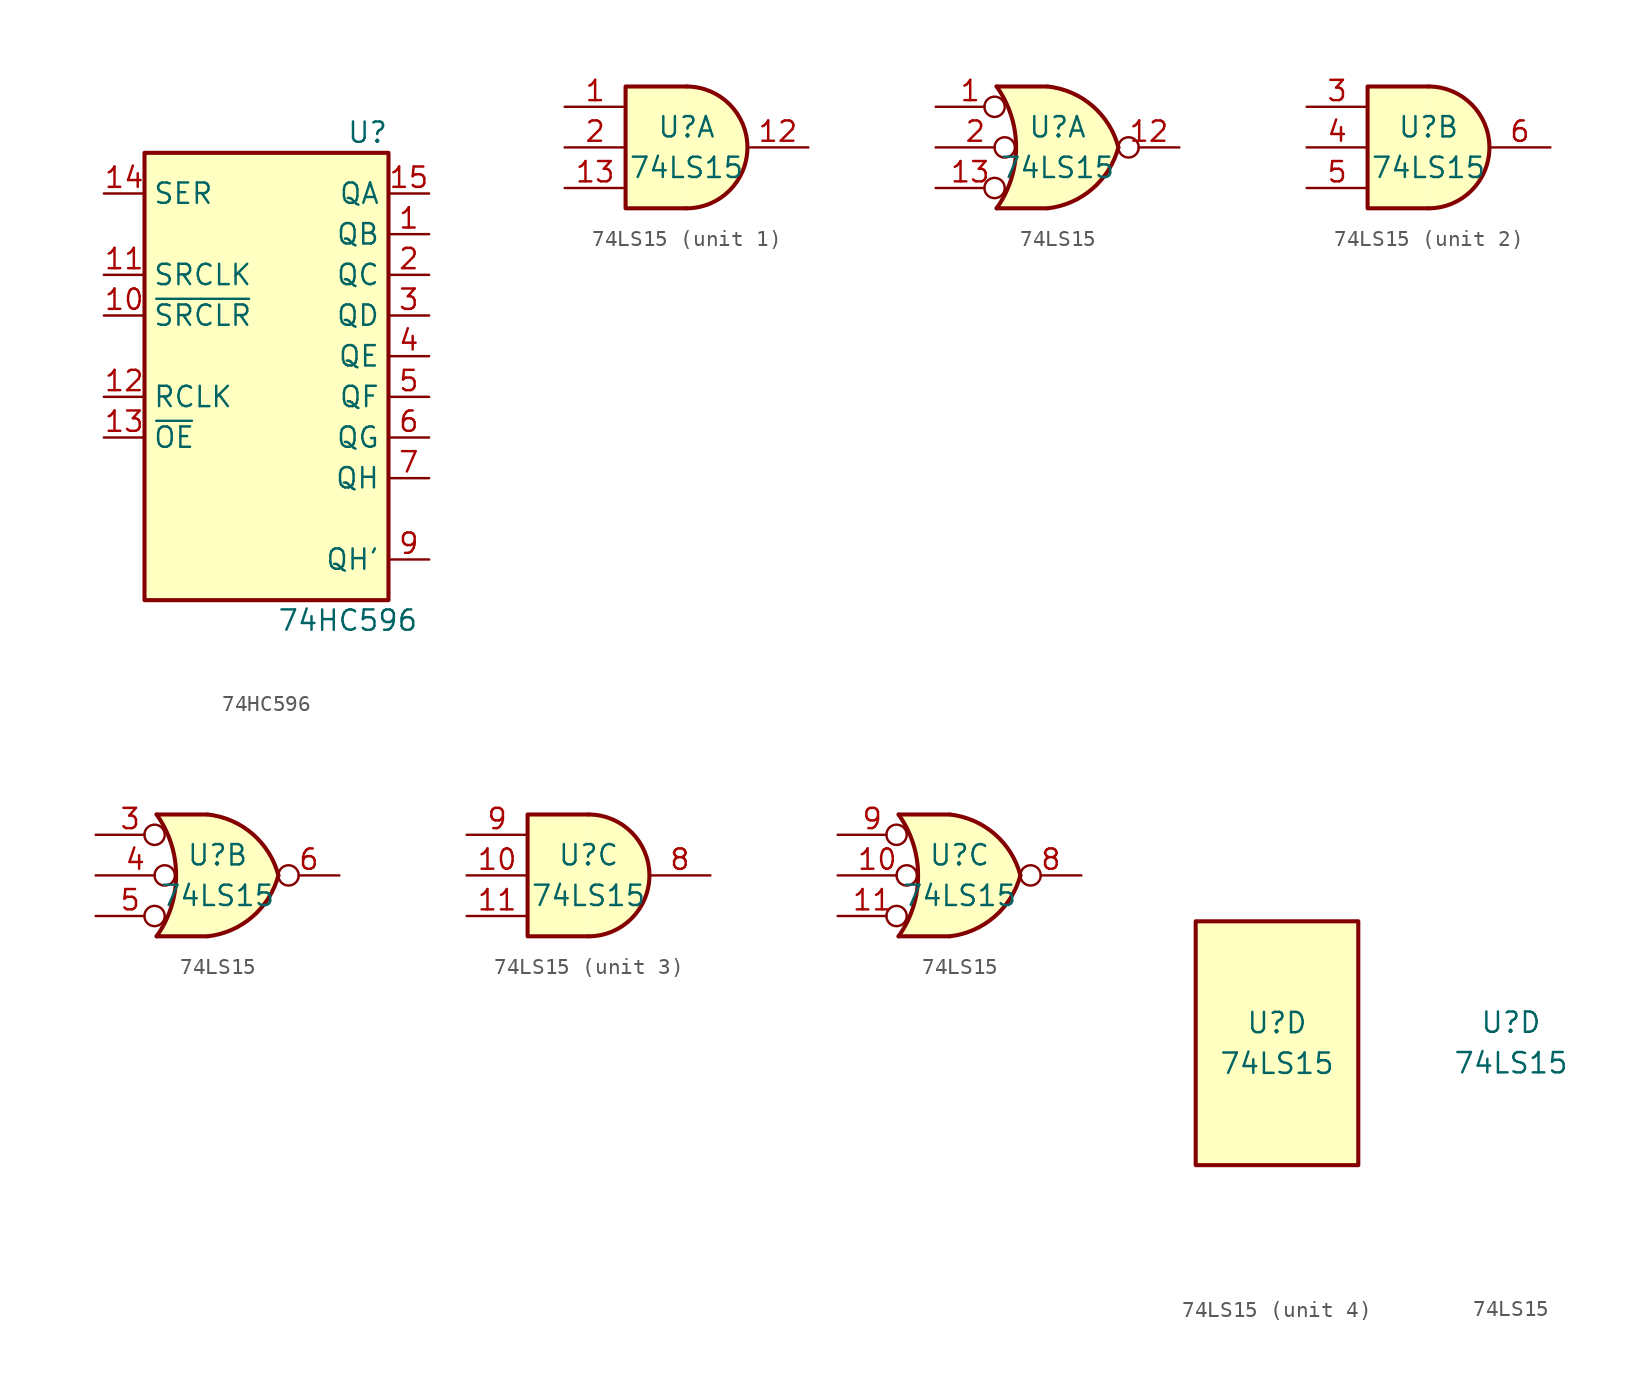
<source format=kicad_sym>
(kicad_symbol_lib
  (version 20231120)
  (generator "kicad_symbol_editor")
  (generator_version "8.0")
  (symbol "74HC596"
    (property "Reference" "U"
      (at 7.62 13.97 0)
      (effects (font (size 1.27 1.27)) (justify right)))
    (property "Value" "74HC596"
      (at 5.08 -16.51 0)
      (effects (font (size 1.27 1.27))))
    (symbol "74HC596_1_0"
      (pin open_collector line (at 10.16 7.62 180) (length 2.54) (name "QB" (effects (font (size 1.27 1.27)))) (number "1" (effects (font (size 1.27 1.27)))))
      (pin input line (at -10.16 2.54 0) (length 2.54) (name "~{SRCLR}" (effects (font (size 1.27 1.27)))) (number "10" (effects (font (size 1.27 1.27)))))
      (pin input line (at -10.16 5.08 0) (length 2.54) (name "SRCLK" (effects (font (size 1.27 1.27)))) (number "11" (effects (font (size 1.27 1.27)))))
      (pin input line (at -10.16 -2.54 0) (length 2.54) (name "RCLK" (effects (font (size 1.27 1.27)))) (number "12" (effects (font (size 1.27 1.27)))))
      (pin input line (at -10.16 -5.08 0) (length 2.54) (name "~{OE}" (effects (font (size 1.27 1.27)))) (number "13" (effects (font (size 1.27 1.27)))))
      (pin input line (at -10.16 10.16 0) (length 2.54) (name "SER" (effects (font (size 1.27 1.27)))) (number "14" (effects (font (size 1.27 1.27)))))
      (pin open_collector line (at 10.16 10.16 180) (length 2.54) (name "QA" (effects (font (size 1.27 1.27)))) (number "15" (effects (font (size 1.27 1.27)))))
      (pin power_in line (at 0 12.7 270) (length 2.54) hide (name "VCC" (effects (font (size 1.27 1.27)))) (number "16" (effects (font (size 1.27 1.27)))))
      (pin open_collector line (at 10.16 5.08 180) (length 2.54) (name "QC" (effects (font (size 1.27 1.27)))) (number "2" (effects (font (size 1.27 1.27)))))
      (pin open_collector line (at 10.16 2.54 180) (length 2.54) (name "QD" (effects (font (size 1.27 1.27)))) (number "3" (effects (font (size 1.27 1.27)))))
      (pin open_collector line (at 10.16 0 180) (length 2.54) (name "QE" (effects (font (size 1.27 1.27)))) (number "4" (effects (font (size 1.27 1.27)))))
      (pin open_collector line (at 10.16 -2.54 180) (length 2.54) (name "QF" (effects (font (size 1.27 1.27)))) (number "5" (effects (font (size 1.27 1.27)))))
      (pin open_collector line (at 10.16 -5.08 180) (length 2.54) (name "QG" (effects (font (size 1.27 1.27)))) (number "6" (effects (font (size 1.27 1.27)))))
      (pin open_collector line (at 10.16 -7.62 180) (length 2.54) (name "QH" (effects (font (size 1.27 1.27)))) (number "7" (effects (font (size 1.27 1.27)))))
      (pin power_in line (at 0 -15.24 90) (length 2.54) hide (name "GND" (effects (font (size 1.27 1.27)))) (number "8" (effects (font (size 1.27 1.27)))))
      (pin output line (at 10.16 -12.7 180) (length 2.54) (name "QH'" (effects (font (size 1.27 1.27)))) (number "9" (effects (font (size 1.27 1.27))))))
    (symbol "74HC596_1_1"
      (rectangle (start -7.62 12.7) (end 7.62 -15.24) (stroke (width 0.254) (type default)) (fill (type background)))))
  (symbol "74LS15"
    (pin_names
      (offset 1.016))
    (property "Reference" "U"
      (at 0 1.27 0)
      (effects (font (size 1.27 1.27))))
    (property "Value" "74LS15"
      (at 0 -1.27 0)
      (effects (font (size 1.27 1.27))))
    (property "ki_locked" ""
      (at 0 0 0)
      (effects (font (size 1.27 1.27))))
    (symbol "74LS15_1_1"
      (arc (start 0 -3.81) (mid 3.7934 0) (end 0 3.81) (stroke (width 0.254) (type default)) (fill (type background)))
      (polyline (pts (xy 0 3.81) (xy -3.81 3.81) (xy -3.81 -3.81) (xy 0 -3.81)) (stroke (width 0.254) (type default)) (fill (type background)))
      (pin input line (at -7.62 2.54 0) (length 3.81) (name "~" (effects (font (size 1.27 1.27)))) (number "1" (effects (font (size 1.27 1.27)))))
      (pin open_collector line (at 7.62 0 180) (length 3.81) (name "~" (effects (font (size 1.27 1.27)))) (number "12" (effects (font (size 1.27 1.27)))))
      (pin input line (at -7.62 -2.54 0) (length 3.81) (name "~" (effects (font (size 1.27 1.27)))) (number "13" (effects (font (size 1.27 1.27)))))
      (pin input line (at -7.62 0 0) (length 3.81) (name "~" (effects (font (size 1.27 1.27)))) (number "2" (effects (font (size 1.27 1.27))))))
    (symbol "74LS15_1_2"
      (arc (start -3.81 -3.81) (mid -2.589 0) (end -3.81 3.81) (stroke (width 0.254) (type default)) (fill (type none)))
      (arc (start -0.6096 -3.81) (mid 2.1842 -2.5851) (end 3.81 0) (stroke (width 0.254) (type default)) (fill (type background)))
      (polyline (pts (xy -3.81 -3.81) (xy -0.635 -3.81)) (stroke (width 0.254) (type default)) (fill (type background)))
      (polyline (pts (xy -3.81 3.81) (xy -0.635 3.81)) (stroke (width 0.254) (type default)) (fill (type background)))
      (polyline (pts (xy -0.635 3.81) (xy -3.81 3.81) (xy -3.81 3.81) (xy -3.556 3.404) (xy -3.023 2.261) (xy -2.692 1.041) (xy -2.616 -0.254) (xy -2.769 -1.499) (xy -3.175 -2.718) (xy -3.81 -3.81) (xy -3.81 -3.81) (xy -0.635 -3.81)) (stroke (width -25.4) (type default)) (fill (type background)))
      (arc (start 3.81 0) (mid 2.1915 2.5936) (end -0.6096 3.81) (stroke (width 0.254) (type default)) (fill (type background)))
      (pin input inverted (at -7.62 2.54 0) (length 4.318) (name "~" (effects (font (size 1.27 1.27)))) (number "1" (effects (font (size 1.27 1.27)))))
      (pin open_collector inverted (at 7.62 0 180) (length 3.81) (name "~" (effects (font (size 1.27 1.27)))) (number "12" (effects (font (size 1.27 1.27)))))
      (pin input inverted (at -7.62 -2.54 0) (length 4.318) (name "~" (effects (font (size 1.27 1.27)))) (number "13" (effects (font (size 1.27 1.27)))))
      (pin input inverted (at -7.62 0 0) (length 4.953) (name "~" (effects (font (size 1.27 1.27)))) (number "2" (effects (font (size 1.27 1.27))))))
    (symbol "74LS15_2_1"
      (arc (start 0 -3.81) (mid 3.7934 0) (end 0 3.81) (stroke (width 0.254) (type default)) (fill (type background)))
      (polyline (pts (xy 0 3.81) (xy -3.81 3.81) (xy -3.81 -3.81) (xy 0 -3.81)) (stroke (width 0.254) (type default)) (fill (type background)))
      (pin input line (at -7.62 2.54 0) (length 3.81) (name "~" (effects (font (size 1.27 1.27)))) (number "3" (effects (font (size 1.27 1.27)))))
      (pin input line (at -7.62 0 0) (length 3.81) (name "~" (effects (font (size 1.27 1.27)))) (number "4" (effects (font (size 1.27 1.27)))))
      (pin input line (at -7.62 -2.54 0) (length 3.81) (name "~" (effects (font (size 1.27 1.27)))) (number "5" (effects (font (size 1.27 1.27)))))
      (pin open_collector line (at 7.62 0 180) (length 3.81) (name "~" (effects (font (size 1.27 1.27)))) (number "6" (effects (font (size 1.27 1.27))))))
    (symbol "74LS15_2_2"
      (arc (start -3.81 -3.81) (mid -2.589 0) (end -3.81 3.81) (stroke (width 0.254) (type default)) (fill (type none)))
      (arc (start -0.6096 -3.81) (mid 2.1842 -2.5851) (end 3.81 0) (stroke (width 0.254) (type default)) (fill (type background)))
      (polyline (pts (xy -3.81 -3.81) (xy -0.635 -3.81)) (stroke (width 0.254) (type default)) (fill (type background)))
      (polyline (pts (xy -3.81 3.81) (xy -0.635 3.81)) (stroke (width 0.254) (type default)) (fill (type background)))
      (polyline (pts (xy -0.635 3.81) (xy -3.81 3.81) (xy -3.81 3.81) (xy -3.556 3.404) (xy -3.023 2.261) (xy -2.692 1.041) (xy -2.616 -0.254) (xy -2.769 -1.499) (xy -3.175 -2.718) (xy -3.81 -3.81) (xy -3.81 -3.81) (xy -0.635 -3.81)) (stroke (width -25.4) (type default)) (fill (type background)))
      (arc (start 3.81 0) (mid 2.1915 2.5936) (end -0.6096 3.81) (stroke (width 0.254) (type default)) (fill (type background)))
      (pin input inverted (at -7.62 2.54 0) (length 4.318) (name "~" (effects (font (size 1.27 1.27)))) (number "3" (effects (font (size 1.27 1.27)))))
      (pin input inverted (at -7.62 0 0) (length 4.953) (name "~" (effects (font (size 1.27 1.27)))) (number "4" (effects (font (size 1.27 1.27)))))
      (pin input inverted (at -7.62 -2.54 0) (length 4.318) (name "~" (effects (font (size 1.27 1.27)))) (number "5" (effects (font (size 1.27 1.27)))))
      (pin open_collector inverted (at 7.62 0 180) (length 3.81) (name "~" (effects (font (size 1.27 1.27)))) (number "6" (effects (font (size 1.27 1.27))))))
    (symbol "74LS15_3_1"
      (arc (start 0 -3.81) (mid 3.7934 0) (end 0 3.81) (stroke (width 0.254) (type default)) (fill (type background)))
      (polyline (pts (xy 0 3.81) (xy -3.81 3.81) (xy -3.81 -3.81) (xy 0 -3.81)) (stroke (width 0.254) (type default)) (fill (type background)))
      (pin input line (at -7.62 0 0) (length 3.81) (name "~" (effects (font (size 1.27 1.27)))) (number "10" (effects (font (size 1.27 1.27)))))
      (pin input line (at -7.62 -2.54 0) (length 3.81) (name "~" (effects (font (size 1.27 1.27)))) (number "11" (effects (font (size 1.27 1.27)))))
      (pin open_collector line (at 7.62 0 180) (length 3.81) (name "~" (effects (font (size 1.27 1.27)))) (number "8" (effects (font (size 1.27 1.27)))))
      (pin input line (at -7.62 2.54 0) (length 3.81) (name "~" (effects (font (size 1.27 1.27)))) (number "9" (effects (font (size 1.27 1.27))))))
    (symbol "74LS15_3_2"
      (arc (start -3.81 -3.81) (mid -2.589 0) (end -3.81 3.81) (stroke (width 0.254) (type default)) (fill (type none)))
      (arc (start -0.6096 -3.81) (mid 2.1842 -2.5851) (end 3.81 0) (stroke (width 0.254) (type default)) (fill (type background)))
      (polyline (pts (xy -3.81 -3.81) (xy -0.635 -3.81)) (stroke (width 0.254) (type default)) (fill (type background)))
      (polyline (pts (xy -3.81 3.81) (xy -0.635 3.81)) (stroke (width 0.254) (type default)) (fill (type background)))
      (polyline (pts (xy -0.635 3.81) (xy -3.81 3.81) (xy -3.81 3.81) (xy -3.556 3.404) (xy -3.023 2.261) (xy -2.692 1.041) (xy -2.616 -0.254) (xy -2.769 -1.499) (xy -3.175 -2.718) (xy -3.81 -3.81) (xy -3.81 -3.81) (xy -0.635 -3.81)) (stroke (width -25.4) (type default)) (fill (type background)))
      (arc (start 3.81 0) (mid 2.1915 2.5936) (end -0.6096 3.81) (stroke (width 0.254) (type default)) (fill (type background)))
      (pin input inverted (at -7.62 0 0) (length 4.953) (name "~" (effects (font (size 1.27 1.27)))) (number "10" (effects (font (size 1.27 1.27)))))
      (pin input inverted (at -7.62 -2.54 0) (length 4.318) (name "~" (effects (font (size 1.27 1.27)))) (number "11" (effects (font (size 1.27 1.27)))))
      (pin open_collector inverted (at 7.62 0 180) (length 3.81) (name "~" (effects (font (size 1.27 1.27)))) (number "8" (effects (font (size 1.27 1.27)))))
      (pin input inverted (at -7.62 2.54 0) (length 4.318) (name "~" (effects (font (size 1.27 1.27)))) (number "9" (effects (font (size 1.27 1.27))))))
    (symbol "74LS15_4_0"
      (pin input line (at 0 12.7 270) (length 5.08) hide (name "VCC" (effects (font (size 1.27 1.27)))) (number "14" (effects (font (size 1.27 1.27)))))
      (pin input line (at 0 -12.7 90) (length 5.08) hide (name "GND" (effects (font (size 1.27 1.27)))) (number "7" (effects (font (size 1.27 1.27))))))
    (symbol "74LS15_4_1"
      (rectangle (start -5.08 7.62) (end 5.08 -7.62) (stroke (width 0.254) (type default)) (fill (type background))))))
</source>
